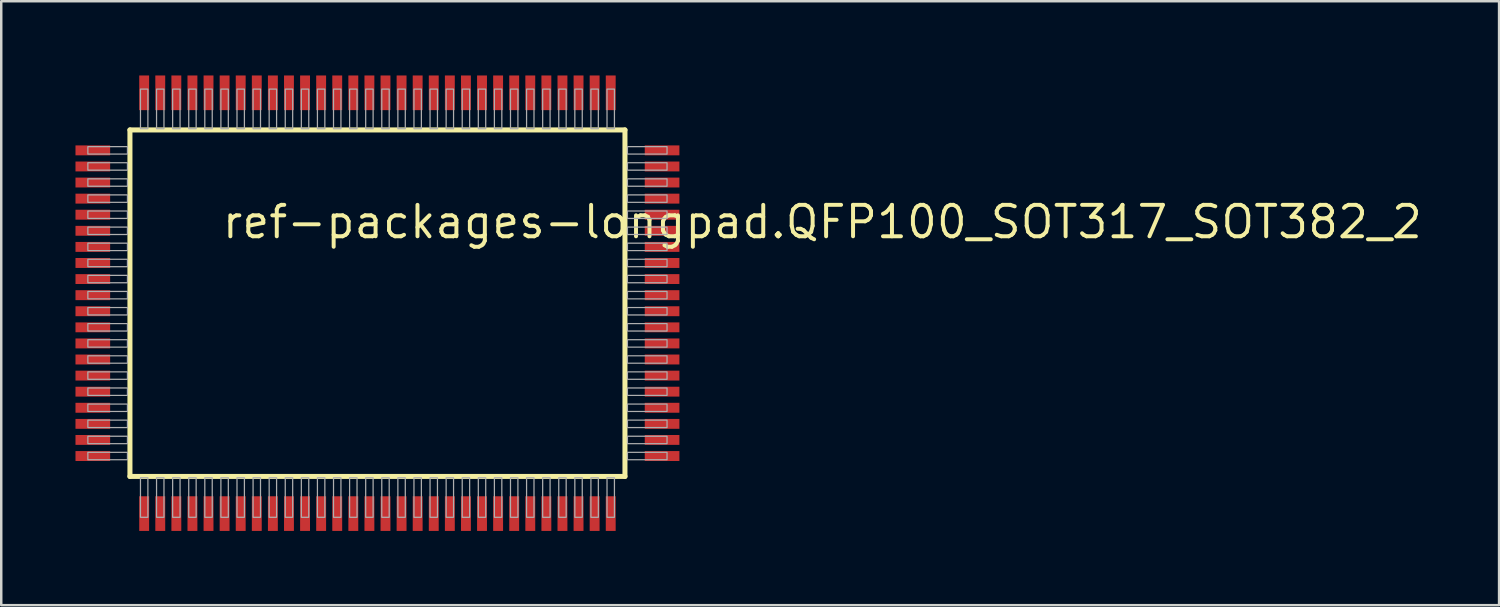
<source format=kicad_pcb>
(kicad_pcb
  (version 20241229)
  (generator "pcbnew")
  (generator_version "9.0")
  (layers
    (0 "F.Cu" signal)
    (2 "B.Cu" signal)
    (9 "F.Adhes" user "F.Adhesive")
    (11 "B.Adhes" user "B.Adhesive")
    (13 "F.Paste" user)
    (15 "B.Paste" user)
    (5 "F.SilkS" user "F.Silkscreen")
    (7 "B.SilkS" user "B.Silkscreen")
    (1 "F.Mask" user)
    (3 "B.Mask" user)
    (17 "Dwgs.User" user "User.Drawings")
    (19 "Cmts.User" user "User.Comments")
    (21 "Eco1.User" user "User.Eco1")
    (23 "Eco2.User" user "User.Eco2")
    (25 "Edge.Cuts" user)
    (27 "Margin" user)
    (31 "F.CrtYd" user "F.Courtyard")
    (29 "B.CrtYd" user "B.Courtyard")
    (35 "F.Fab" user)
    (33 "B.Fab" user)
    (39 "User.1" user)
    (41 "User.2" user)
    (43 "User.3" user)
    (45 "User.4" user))
  (footprint "ref-packages-longpad.QFP100_SOT317_SOT382_2"
    (layer "F.Cu")
    (at 12.2 9.2)
    (property "Reference" "ref-packages-longpad.QFP100_SOT317_SOT382_2" (at -6.35 -2.54 0) (layer "F.SilkS") (effects (font (size 1.27 1.27) (thickness 0.16)) (justify left bottom)))
    (attr smd)
    (fp_line (start -10 -7) (end 10 -7) (stroke (width 0.203) (type default)) (layer "F.SilkS"))
    (fp_line (start -10 7) (end -10 -7) (stroke (width 0.203) (type default)) (layer "F.SilkS"))
    (fp_line (start 10 -7) (end 10 7) (stroke (width 0.203) (type default)) (layer "F.SilkS"))
    (fp_line (start 10 7) (end -10 7) (stroke (width 0.203) (type default)) (layer "F.SilkS"))
    (fp_rect (start -11.7 -6.025) (end -10.1 -6.325) (stroke (width 0.05) (type default)) (fill no) (layer "F.Fab"))
    (fp_rect (start -11.7 -5.375) (end -10.1 -5.675) (stroke (width 0.05) (type default)) (fill no) (layer "F.Fab"))
    (fp_rect (start -11.7 -4.725) (end -10.1 -5.025) (stroke (width 0.05) (type default)) (fill no) (layer "F.Fab"))
    (fp_rect (start -11.7 -4.075) (end -10.1 -4.375) (stroke (width 0.05) (type default)) (fill no) (layer "F.Fab"))
    (fp_rect (start -11.7 -3.425) (end -10.1 -3.725) (stroke (width 0.05) (type default)) (fill no) (layer "F.Fab"))
    (fp_rect (start -11.7 -2.775) (end -10.1 -3.075) (stroke (width 0.05) (type default)) (fill no) (layer "F.Fab"))
    (fp_rect (start -11.7 -2.125) (end -10.1 -2.425) (stroke (width 0.05) (type default)) (fill no) (layer "F.Fab"))
    (fp_rect (start -11.7 -1.475) (end -10.1 -1.775) (stroke (width 0.05) (type default)) (fill no) (layer "F.Fab"))
    (fp_rect (start -11.7 -0.825) (end -10.1 -1.125) (stroke (width 0.05) (type default)) (fill no) (layer "F.Fab"))
    (fp_rect (start -11.7 -0.175) (end -10.1 -0.475) (stroke (width 0.05) (type default)) (fill no) (layer "F.Fab"))
    (fp_rect (start -11.7 0.475) (end -10.1 0.175) (stroke (width 0.05) (type default)) (fill no) (layer "F.Fab"))
    (fp_rect (start -11.7 1.125) (end -10.1 0.825) (stroke (width 0.05) (type default)) (fill no) (layer "F.Fab"))
    (fp_rect (start -11.7 1.775) (end -10.1 1.475) (stroke (width 0.05) (type default)) (fill no) (layer "F.Fab"))
    (fp_rect (start -11.7 2.425) (end -10.1 2.125) (stroke (width 0.05) (type default)) (fill no) (layer "F.Fab"))
    (fp_rect (start -11.7 3.075) (end -10.1 2.775) (stroke (width 0.05) (type default)) (fill no) (layer "F.Fab"))
    (fp_rect (start -11.7 3.725) (end -10.1 3.425) (stroke (width 0.05) (type default)) (fill no) (layer "F.Fab"))
    (fp_rect (start -11.7 4.375) (end -10.1 4.075) (stroke (width 0.05) (type default)) (fill no) (layer "F.Fab"))
    (fp_rect (start -11.7 5.025) (end -10.1 4.725) (stroke (width 0.05) (type default)) (fill no) (layer "F.Fab"))
    (fp_rect (start -11.7 5.675) (end -10.1 5.375) (stroke (width 0.05) (type default)) (fill no) (layer "F.Fab"))
    (fp_rect (start -11.7 6.325) (end -10.1 6.025) (stroke (width 0.05) (type default)) (fill no) (layer "F.Fab"))
    (fp_rect (start -9.575 -7.05) (end -9.275 -8.65) (stroke (width 0.05) (type default)) (fill no) (layer "F.Fab"))
    (fp_rect (start -9.575 8.65) (end -9.275 7.05) (stroke (width 0.05) (type default)) (fill no) (layer "F.Fab"))
    (fp_rect (start -8.925 -7.05) (end -8.625 -8.65) (stroke (width 0.05) (type default)) (fill no) (layer "F.Fab"))
    (fp_rect (start -8.925 8.65) (end -8.625 7.05) (stroke (width 0.05) (type default)) (fill no) (layer "F.Fab"))
    (fp_rect (start -8.275 -7.05) (end -7.975 -8.65) (stroke (width 0.05) (type default)) (fill no) (layer "F.Fab"))
    (fp_rect (start -8.275 8.65) (end -7.975 7.05) (stroke (width 0.05) (type default)) (fill no) (layer "F.Fab"))
    (fp_rect (start -7.625 -7.05) (end -7.325 -8.65) (stroke (width 0.05) (type default)) (fill no) (layer "F.Fab"))
    (fp_rect (start -7.625 8.65) (end -7.325 7.05) (stroke (width 0.05) (type default)) (fill no) (layer "F.Fab"))
    (fp_rect (start -6.975 -7.05) (end -6.675 -8.65) (stroke (width 0.05) (type default)) (fill no) (layer "F.Fab"))
    (fp_rect (start -6.975 8.65) (end -6.675 7.05) (stroke (width 0.05) (type default)) (fill no) (layer "F.Fab"))
    (fp_rect (start -6.325 -7.05) (end -6.025 -8.65) (stroke (width 0.05) (type default)) (fill no) (layer "F.Fab"))
    (fp_rect (start -6.325 8.65) (end -6.025 7.05) (stroke (width 0.05) (type default)) (fill no) (layer "F.Fab"))
    (fp_rect (start -5.675 -7.05) (end -5.375 -8.65) (stroke (width 0.05) (type default)) (fill no) (layer "F.Fab"))
    (fp_rect (start -5.675 8.65) (end -5.375 7.05) (stroke (width 0.05) (type default)) (fill no) (layer "F.Fab"))
    (fp_rect (start -5.025 -7.05) (end -4.725 -8.65) (stroke (width 0.05) (type default)) (fill no) (layer "F.Fab"))
    (fp_rect (start -5.025 8.65) (end -4.725 7.05) (stroke (width 0.05) (type default)) (fill no) (layer "F.Fab"))
    (fp_rect (start -4.375 -7.05) (end -4.075 -8.65) (stroke (width 0.05) (type default)) (fill no) (layer "F.Fab"))
    (fp_rect (start -4.375 8.65) (end -4.075 7.05) (stroke (width 0.05) (type default)) (fill no) (layer "F.Fab"))
    (fp_rect (start -3.725 -7.05) (end -3.425 -8.65) (stroke (width 0.05) (type default)) (fill no) (layer "F.Fab"))
    (fp_rect (start -3.725 8.65) (end -3.425 7.05) (stroke (width 0.05) (type default)) (fill no) (layer "F.Fab"))
    (fp_rect (start -3.075 -7.05) (end -2.775 -8.65) (stroke (width 0.05) (type default)) (fill no) (layer "F.Fab"))
    (fp_rect (start -3.075 8.65) (end -2.775 7.05) (stroke (width 0.05) (type default)) (fill no) (layer "F.Fab"))
    (fp_rect (start -2.425 -7.05) (end -2.125 -8.65) (stroke (width 0.05) (type default)) (fill no) (layer "F.Fab"))
    (fp_rect (start -2.425 8.65) (end -2.125 7.05) (stroke (width 0.05) (type default)) (fill no) (layer "F.Fab"))
    (fp_rect (start -1.775 -7.05) (end -1.475 -8.65) (stroke (width 0.05) (type default)) (fill no) (layer "F.Fab"))
    (fp_rect (start -1.775 8.65) (end -1.475 7.05) (stroke (width 0.05) (type default)) (fill no) (layer "F.Fab"))
    (fp_rect (start -1.125 -7.05) (end -0.825 -8.65) (stroke (width 0.05) (type default)) (fill no) (layer "F.Fab"))
    (fp_rect (start -1.125 8.65) (end -0.825 7.05) (stroke (width 0.05) (type default)) (fill no) (layer "F.Fab"))
    (fp_rect (start -0.475 -7.05) (end -0.175 -8.65) (stroke (width 0.05) (type default)) (fill no) (layer "F.Fab"))
    (fp_rect (start -0.475 8.65) (end -0.175 7.05) (stroke (width 0.05) (type default)) (fill no) (layer "F.Fab"))
    (fp_rect (start 0.175 -7.05) (end 0.475 -8.65) (stroke (width 0.05) (type default)) (fill no) (layer "F.Fab"))
    (fp_rect (start 0.175 8.65) (end 0.475 7.05) (stroke (width 0.05) (type default)) (fill no) (layer "F.Fab"))
    (fp_rect (start 0.825 -7.05) (end 1.125 -8.65) (stroke (width 0.05) (type default)) (fill no) (layer "F.Fab"))
    (fp_rect (start 0.825 8.65) (end 1.125 7.05) (stroke (width 0.05) (type default)) (fill no) (layer "F.Fab"))
    (fp_rect (start 1.475 -7.05) (end 1.775 -8.65) (stroke (width 0.05) (type default)) (fill no) (layer "F.Fab"))
    (fp_rect (start 1.475 8.65) (end 1.775 7.05) (stroke (width 0.05) (type default)) (fill no) (layer "F.Fab"))
    (fp_rect (start 2.125 -7.05) (end 2.425 -8.65) (stroke (width 0.05) (type default)) (fill no) (layer "F.Fab"))
    (fp_rect (start 2.125 8.65) (end 2.425 7.05) (stroke (width 0.05) (type default)) (fill no) (layer "F.Fab"))
    (fp_rect (start 2.775 -7.05) (end 3.075 -8.65) (stroke (width 0.05) (type default)) (fill no) (layer "F.Fab"))
    (fp_rect (start 2.775 8.65) (end 3.075 7.05) (stroke (width 0.05) (type default)) (fill no) (layer "F.Fab"))
    (fp_rect (start 3.425 -7.05) (end 3.725 -8.65) (stroke (width 0.05) (type default)) (fill no) (layer "F.Fab"))
    (fp_rect (start 3.425 8.65) (end 3.725 7.05) (stroke (width 0.05) (type default)) (fill no) (layer "F.Fab"))
    (fp_rect (start 4.075 -7.05) (end 4.375 -8.65) (stroke (width 0.05) (type default)) (fill no) (layer "F.Fab"))
    (fp_rect (start 4.075 8.65) (end 4.375 7.05) (stroke (width 0.05) (type default)) (fill no) (layer "F.Fab"))
    (fp_rect (start 4.725 -7.05) (end 5.025 -8.65) (stroke (width 0.05) (type default)) (fill no) (layer "F.Fab"))
    (fp_rect (start 4.725 8.65) (end 5.025 7.05) (stroke (width 0.05) (type default)) (fill no) (layer "F.Fab"))
    (fp_rect (start 5.375 -7.05) (end 5.675 -8.65) (stroke (width 0.05) (type default)) (fill no) (layer "F.Fab"))
    (fp_rect (start 5.375 8.65) (end 5.675 7.05) (stroke (width 0.05) (type default)) (fill no) (layer "F.Fab"))
    (fp_rect (start 6.025 -7.05) (end 6.325 -8.65) (stroke (width 0.05) (type default)) (fill no) (layer "F.Fab"))
    (fp_rect (start 6.025 8.65) (end 6.325 7.05) (stroke (width 0.05) (type default)) (fill no) (layer "F.Fab"))
    (fp_rect (start 6.675 -7.05) (end 6.975 -8.65) (stroke (width 0.05) (type default)) (fill no) (layer "F.Fab"))
    (fp_rect (start 6.675 8.65) (end 6.975 7.05) (stroke (width 0.05) (type default)) (fill no) (layer "F.Fab"))
    (fp_rect (start 7.325 -7.05) (end 7.625 -8.65) (stroke (width 0.05) (type default)) (fill no) (layer "F.Fab"))
    (fp_rect (start 7.325 8.65) (end 7.625 7.05) (stroke (width 0.05) (type default)) (fill no) (layer "F.Fab"))
    (fp_rect (start 7.975 -7.05) (end 8.275 -8.65) (stroke (width 0.05) (type default)) (fill no) (layer "F.Fab"))
    (fp_rect (start 7.975 8.65) (end 8.275 7.05) (stroke (width 0.05) (type default)) (fill no) (layer "F.Fab"))
    (fp_rect (start 8.625 -7.05) (end 8.925 -8.65) (stroke (width 0.05) (type default)) (fill no) (layer "F.Fab"))
    (fp_rect (start 8.625 8.65) (end 8.925 7.05) (stroke (width 0.05) (type default)) (fill no) (layer "F.Fab"))
    (fp_rect (start 9.275 -7.05) (end 9.575 -8.65) (stroke (width 0.05) (type default)) (fill no) (layer "F.Fab"))
    (fp_rect (start 9.275 8.65) (end 9.575 7.05) (stroke (width 0.05) (type default)) (fill no) (layer "F.Fab"))
    (fp_rect (start 10.1 -6.025) (end 11.7 -6.325) (stroke (width 0.05) (type default)) (fill no) (layer "F.Fab"))
    (fp_rect (start 10.1 -5.375) (end 11.7 -5.675) (stroke (width 0.05) (type default)) (fill no) (layer "F.Fab"))
    (fp_rect (start 10.1 -4.725) (end 11.7 -5.025) (stroke (width 0.05) (type default)) (fill no) (layer "F.Fab"))
    (fp_rect (start 10.1 -4.075) (end 11.7 -4.375) (stroke (width 0.05) (type default)) (fill no) (layer "F.Fab"))
    (fp_rect (start 10.1 -3.425) (end 11.7 -3.725) (stroke (width 0.05) (type default)) (fill no) (layer "F.Fab"))
    (fp_rect (start 10.1 -2.775) (end 11.7 -3.075) (stroke (width 0.05) (type default)) (fill no) (layer "F.Fab"))
    (fp_rect (start 10.1 -2.125) (end 11.7 -2.425) (stroke (width 0.05) (type default)) (fill no) (layer "F.Fab"))
    (fp_rect (start 10.1 -1.475) (end 11.7 -1.775) (stroke (width 0.05) (type default)) (fill no) (layer "F.Fab"))
    (fp_rect (start 10.1 -0.825) (end 11.7 -1.125) (stroke (width 0.05) (type default)) (fill no) (layer "F.Fab"))
    (fp_rect (start 10.1 -0.175) (end 11.7 -0.475) (stroke (width 0.05) (type default)) (fill no) (layer "F.Fab"))
    (fp_rect (start 10.1 0.475) (end 11.7 0.175) (stroke (width 0.05) (type default)) (fill no) (layer "F.Fab"))
    (fp_rect (start 10.1 1.125) (end 11.7 0.825) (stroke (width 0.05) (type default)) (fill no) (layer "F.Fab"))
    (fp_rect (start 10.1 1.775) (end 11.7 1.475) (stroke (width 0.05) (type default)) (fill no) (layer "F.Fab"))
    (fp_rect (start 10.1 2.425) (end 11.7 2.125) (stroke (width 0.05) (type default)) (fill no) (layer "F.Fab"))
    (fp_rect (start 10.1 3.075) (end 11.7 2.775) (stroke (width 0.05) (type default)) (fill no) (layer "F.Fab"))
    (fp_rect (start 10.1 3.725) (end 11.7 3.425) (stroke (width 0.05) (type default)) (fill no) (layer "F.Fab"))
    (fp_rect (start 10.1 4.375) (end 11.7 4.075) (stroke (width 0.05) (type default)) (fill no) (layer "F.Fab"))
    (fp_rect (start 10.1 5.025) (end 11.7 4.725) (stroke (width 0.05) (type default)) (fill no) (layer "F.Fab"))
    (fp_rect (start 10.1 5.675) (end 11.7 5.375) (stroke (width 0.05) (type default)) (fill no) (layer "F.Fab"))
    (fp_rect (start 10.1 6.325) (end 11.7 6.025) (stroke (width 0.05) (type default)) (fill no) (layer "F.Fab"))
    (pad "1" smd roundrect (at -9.425 8.5) (size 0.4 1.4) (layers "F.Cu" "F.Mask" "F.Paste") (roundrect_rratio 0.01))
    (pad "2" smd roundrect (at -8.775 8.5) (size 0.4 1.4) (layers "F.Cu" "F.Mask" "F.Paste") (roundrect_rratio 0.01))
    (pad "3" smd roundrect (at -8.125 8.5) (size 0.4 1.4) (layers "F.Cu" "F.Mask" "F.Paste") (roundrect_rratio 0.01))
    (pad "4" smd roundrect (at -7.475 8.5) (size 0.4 1.4) (layers "F.Cu" "F.Mask" "F.Paste") (roundrect_rratio 0.01))
    (pad "5" smd roundrect (at -6.825 8.5) (size 0.4 1.4) (layers "F.Cu" "F.Mask" "F.Paste") (roundrect_rratio 0.01))
    (pad "6" smd roundrect (at -6.175 8.5) (size 0.4 1.4) (layers "F.Cu" "F.Mask" "F.Paste") (roundrect_rratio 0.01))
    (pad "7" smd roundrect (at -5.525 8.5) (size 0.4 1.4) (layers "F.Cu" "F.Mask" "F.Paste") (roundrect_rratio 0.01))
    (pad "8" smd roundrect (at -4.875 8.5) (size 0.4 1.4) (layers "F.Cu" "F.Mask" "F.Paste") (roundrect_rratio 0.01))
    (pad "9" smd roundrect (at -4.225 8.5) (size 0.4 1.4) (layers "F.Cu" "F.Mask" "F.Paste") (roundrect_rratio 0.01))
    (pad "10" smd roundrect (at -3.575 8.5) (size 0.4 1.4) (layers "F.Cu" "F.Mask" "F.Paste") (roundrect_rratio 0.01))
    (pad "11" smd roundrect (at -2.925 8.5) (size 0.4 1.4) (layers "F.Cu" "F.Mask" "F.Paste") (roundrect_rratio 0.01))
    (pad "12" smd roundrect (at -2.275 8.5) (size 0.4 1.4) (layers "F.Cu" "F.Mask" "F.Paste") (roundrect_rratio 0.01))
    (pad "13" smd roundrect (at -1.625 8.5) (size 0.4 1.4) (layers "F.Cu" "F.Mask" "F.Paste") (roundrect_rratio 0.01))
    (pad "14" smd roundrect (at -0.975 8.5) (size 0.4 1.4) (layers "F.Cu" "F.Mask" "F.Paste") (roundrect_rratio 0.01))
    (pad "15" smd roundrect (at -0.325 8.5) (size 0.4 1.4) (layers "F.Cu" "F.Mask" "F.Paste") (roundrect_rratio 0.01))
    (pad "16" smd roundrect (at 0.325 8.5) (size 0.4 1.4) (layers "F.Cu" "F.Mask" "F.Paste") (roundrect_rratio 0.01))
    (pad "17" smd roundrect (at 0.975 8.5) (size 0.4 1.4) (layers "F.Cu" "F.Mask" "F.Paste") (roundrect_rratio 0.01))
    (pad "18" smd roundrect (at 1.625 8.5) (size 0.4 1.4) (layers "F.Cu" "F.Mask" "F.Paste") (roundrect_rratio 0.01))
    (pad "19" smd roundrect (at 2.275 8.5) (size 0.4 1.4) (layers "F.Cu" "F.Mask" "F.Paste") (roundrect_rratio 0.01))
    (pad "20" smd roundrect (at 2.925 8.5) (size 0.4 1.4) (layers "F.Cu" "F.Mask" "F.Paste") (roundrect_rratio 0.01))
    (pad "21" smd roundrect (at 3.575 8.5) (size 0.4 1.4) (layers "F.Cu" "F.Mask" "F.Paste") (roundrect_rratio 0.01))
    (pad "22" smd roundrect (at 4.225 8.5) (size 0.4 1.4) (layers "F.Cu" "F.Mask" "F.Paste") (roundrect_rratio 0.01))
    (pad "23" smd roundrect (at 4.875 8.5) (size 0.4 1.4) (layers "F.Cu" "F.Mask" "F.Paste") (roundrect_rratio 0.01))
    (pad "24" smd roundrect (at 5.525 8.5) (size 0.4 1.4) (layers "F.Cu" "F.Mask" "F.Paste") (roundrect_rratio 0.01))
    (pad "25" smd roundrect (at 6.175 8.5) (size 0.4 1.4) (layers "F.Cu" "F.Mask" "F.Paste") (roundrect_rratio 0.01))
    (pad "26" smd roundrect (at 6.825 8.5) (size 0.4 1.4) (layers "F.Cu" "F.Mask" "F.Paste") (roundrect_rratio 0.01))
    (pad "27" smd roundrect (at 7.475 8.5) (size 0.4 1.4) (layers "F.Cu" "F.Mask" "F.Paste") (roundrect_rratio 0.01))
    (pad "28" smd roundrect (at 8.125 8.5) (size 0.4 1.4) (layers "F.Cu" "F.Mask" "F.Paste") (roundrect_rratio 0.01))
    (pad "29" smd roundrect (at 8.775 8.5) (size 0.4 1.4) (layers "F.Cu" "F.Mask" "F.Paste") (roundrect_rratio 0.01))
    (pad "30" smd roundrect (at 9.425 8.5) (size 0.4 1.4) (layers "F.Cu" "F.Mask" "F.Paste") (roundrect_rratio 0.01))
    (pad "31" smd roundrect (at 11.5 6.175) (size 1.4 0.4) (layers "F.Cu" "F.Mask" "F.Paste") (roundrect_rratio 0.01))
    (pad "32" smd roundrect (at 11.5 5.525) (size 1.4 0.4) (layers "F.Cu" "F.Mask" "F.Paste") (roundrect_rratio 0.01))
    (pad "33" smd roundrect (at 11.5 4.875) (size 1.4 0.4) (layers "F.Cu" "F.Mask" "F.Paste") (roundrect_rratio 0.01))
    (pad "34" smd roundrect (at 11.5 4.225) (size 1.4 0.4) (layers "F.Cu" "F.Mask" "F.Paste") (roundrect_rratio 0.01))
    (pad "35" smd roundrect (at 11.5 3.575) (size 1.4 0.4) (layers "F.Cu" "F.Mask" "F.Paste") (roundrect_rratio 0.01))
    (pad "36" smd roundrect (at 11.5 2.925) (size 1.4 0.4) (layers "F.Cu" "F.Mask" "F.Paste") (roundrect_rratio 0.01))
    (pad "37" smd roundrect (at 11.5 2.275) (size 1.4 0.4) (layers "F.Cu" "F.Mask" "F.Paste") (roundrect_rratio 0.01))
    (pad "38" smd roundrect (at 11.5 1.625) (size 1.4 0.4) (layers "F.Cu" "F.Mask" "F.Paste") (roundrect_rratio 0.01))
    (pad "39" smd roundrect (at 11.5 0.975) (size 1.4 0.4) (layers "F.Cu" "F.Mask" "F.Paste") (roundrect_rratio 0.01))
    (pad "40" smd roundrect (at 11.5 0.325) (size 1.4 0.4) (layers "F.Cu" "F.Mask" "F.Paste") (roundrect_rratio 0.01))
    (pad "41" smd roundrect (at 11.5 -0.325) (size 1.4 0.4) (layers "F.Cu" "F.Mask" "F.Paste") (roundrect_rratio 0.01))
    (pad "42" smd roundrect (at 11.5 -0.975) (size 1.4 0.4) (layers "F.Cu" "F.Mask" "F.Paste") (roundrect_rratio 0.01))
    (pad "43" smd roundrect (at 11.5 -1.625) (size 1.4 0.4) (layers "F.Cu" "F.Mask" "F.Paste") (roundrect_rratio 0.01))
    (pad "44" smd roundrect (at 11.5 -2.275) (size 1.4 0.4) (layers "F.Cu" "F.Mask" "F.Paste") (roundrect_rratio 0.01))
    (pad "45" smd roundrect (at 11.5 -2.925) (size 1.4 0.4) (layers "F.Cu" "F.Mask" "F.Paste") (roundrect_rratio 0.01))
    (pad "46" smd roundrect (at 11.5 -3.575) (size 1.4 0.4) (layers "F.Cu" "F.Mask" "F.Paste") (roundrect_rratio 0.01))
    (pad "47" smd roundrect (at 11.5 -4.225) (size 1.4 0.4) (layers "F.Cu" "F.Mask" "F.Paste") (roundrect_rratio 0.01))
    (pad "48" smd roundrect (at 11.5 -4.875) (size 1.4 0.4) (layers "F.Cu" "F.Mask" "F.Paste") (roundrect_rratio 0.01))
    (pad "49" smd roundrect (at 11.5 -5.525) (size 1.4 0.4) (layers "F.Cu" "F.Mask" "F.Paste") (roundrect_rratio 0.01))
    (pad "50" smd roundrect (at 11.5 -6.175) (size 1.4 0.4) (layers "F.Cu" "F.Mask" "F.Paste") (roundrect_rratio 0.01))
    (pad "51" smd roundrect (at 9.425 -8.5) (size 0.4 1.4) (layers "F.Cu" "F.Mask" "F.Paste") (roundrect_rratio 0.01))
    (pad "52" smd roundrect (at 8.775 -8.5) (size 0.4 1.4) (layers "F.Cu" "F.Mask" "F.Paste") (roundrect_rratio 0.01))
    (pad "53" smd roundrect (at 8.125 -8.5) (size 0.4 1.4) (layers "F.Cu" "F.Mask" "F.Paste") (roundrect_rratio 0.01))
    (pad "54" smd roundrect (at 7.475 -8.5) (size 0.4 1.4) (layers "F.Cu" "F.Mask" "F.Paste") (roundrect_rratio 0.01))
    (pad "55" smd roundrect (at 6.825 -8.5) (size 0.4 1.4) (layers "F.Cu" "F.Mask" "F.Paste") (roundrect_rratio 0.01))
    (pad "56" smd roundrect (at 6.175 -8.5) (size 0.4 1.4) (layers "F.Cu" "F.Mask" "F.Paste") (roundrect_rratio 0.01))
    (pad "57" smd roundrect (at 5.525 -8.5) (size 0.4 1.4) (layers "F.Cu" "F.Mask" "F.Paste") (roundrect_rratio 0.01))
    (pad "58" smd roundrect (at 4.875 -8.5) (size 0.4 1.4) (layers "F.Cu" "F.Mask" "F.Paste") (roundrect_rratio 0.01))
    (pad "59" smd roundrect (at 4.225 -8.5) (size 0.4 1.4) (layers "F.Cu" "F.Mask" "F.Paste") (roundrect_rratio 0.01))
    (pad "60" smd roundrect (at 3.575 -8.5) (size 0.4 1.4) (layers "F.Cu" "F.Mask" "F.Paste") (roundrect_rratio 0.01))
    (pad "61" smd roundrect (at 2.925 -8.5) (size 0.4 1.4) (layers "F.Cu" "F.Mask" "F.Paste") (roundrect_rratio 0.01))
    (pad "62" smd roundrect (at 2.275 -8.5) (size 0.4 1.4) (layers "F.Cu" "F.Mask" "F.Paste") (roundrect_rratio 0.01))
    (pad "63" smd roundrect (at 1.625 -8.5) (size 0.4 1.4) (layers "F.Cu" "F.Mask" "F.Paste") (roundrect_rratio 0.01))
    (pad "64" smd roundrect (at 0.975 -8.5) (size 0.4 1.4) (layers "F.Cu" "F.Mask" "F.Paste") (roundrect_rratio 0.01))
    (pad "65" smd roundrect (at 0.325 -8.5) (size 0.4 1.4) (layers "F.Cu" "F.Mask" "F.Paste") (roundrect_rratio 0.01))
    (pad "66" smd roundrect (at -0.325 -8.5) (size 0.4 1.4) (layers "F.Cu" "F.Mask" "F.Paste") (roundrect_rratio 0.01))
    (pad "67" smd roundrect (at -0.975 -8.5) (size 0.4 1.4) (layers "F.Cu" "F.Mask" "F.Paste") (roundrect_rratio 0.01))
    (pad "68" smd roundrect (at -1.625 -8.5) (size 0.4 1.4) (layers "F.Cu" "F.Mask" "F.Paste") (roundrect_rratio 0.01))
    (pad "69" smd roundrect (at -2.275 -8.5) (size 0.4 1.4) (layers "F.Cu" "F.Mask" "F.Paste") (roundrect_rratio 0.01))
    (pad "70" smd roundrect (at -2.925 -8.5) (size 0.4 1.4) (layers "F.Cu" "F.Mask" "F.Paste") (roundrect_rratio 0.01))
    (pad "71" smd roundrect (at -3.575 -8.5) (size 0.4 1.4) (layers "F.Cu" "F.Mask" "F.Paste") (roundrect_rratio 0.01))
    (pad "72" smd roundrect (at -4.225 -8.5) (size 0.4 1.4) (layers "F.Cu" "F.Mask" "F.Paste") (roundrect_rratio 0.01))
    (pad "73" smd roundrect (at -4.875 -8.5) (size 0.4 1.4) (layers "F.Cu" "F.Mask" "F.Paste") (roundrect_rratio 0.01))
    (pad "74" smd roundrect (at -5.525 -8.5) (size 0.4 1.4) (layers "F.Cu" "F.Mask" "F.Paste") (roundrect_rratio 0.01))
    (pad "75" smd roundrect (at -6.175 -8.5) (size 0.4 1.4) (layers "F.Cu" "F.Mask" "F.Paste") (roundrect_rratio 0.01))
    (pad "76" smd roundrect (at -6.825 -8.5) (size 0.4 1.4) (layers "F.Cu" "F.Mask" "F.Paste") (roundrect_rratio 0.01))
    (pad "77" smd roundrect (at -7.475 -8.5) (size 0.4 1.4) (layers "F.Cu" "F.Mask" "F.Paste") (roundrect_rratio 0.01))
    (pad "78" smd roundrect (at -8.125 -8.5) (size 0.4 1.4) (layers "F.Cu" "F.Mask" "F.Paste") (roundrect_rratio 0.01))
    (pad "79" smd roundrect (at -8.775 -8.5) (size 0.4 1.4) (layers "F.Cu" "F.Mask" "F.Paste") (roundrect_rratio 0.01))
    (pad "80" smd roundrect (at -9.425 -8.5) (size 0.4 1.4) (layers "F.Cu" "F.Mask" "F.Paste") (roundrect_rratio 0.01))
    (pad "81" smd roundrect (at -11.5 -6.175) (size 1.4 0.4) (layers "F.Cu" "F.Mask" "F.Paste") (roundrect_rratio 0.01))
    (pad "82" smd roundrect (at -11.5 -5.525) (size 1.4 0.4) (layers "F.Cu" "F.Mask" "F.Paste") (roundrect_rratio 0.01))
    (pad "83" smd roundrect (at -11.5 -4.875) (size 1.4 0.4) (layers "F.Cu" "F.Mask" "F.Paste") (roundrect_rratio 0.01))
    (pad "84" smd roundrect (at -11.5 -4.225) (size 1.4 0.4) (layers "F.Cu" "F.Mask" "F.Paste") (roundrect_rratio 0.01))
    (pad "85" smd roundrect (at -11.5 -3.575) (size 1.4 0.4) (layers "F.Cu" "F.Mask" "F.Paste") (roundrect_rratio 0.01))
    (pad "86" smd roundrect (at -11.5 -2.925) (size 1.4 0.4) (layers "F.Cu" "F.Mask" "F.Paste") (roundrect_rratio 0.01))
    (pad "87" smd roundrect (at -11.5 -2.275) (size 1.4 0.4) (layers "F.Cu" "F.Mask" "F.Paste") (roundrect_rratio 0.01))
    (pad "88" smd roundrect (at -11.5 -1.625) (size 1.4 0.4) (layers "F.Cu" "F.Mask" "F.Paste") (roundrect_rratio 0.01))
    (pad "89" smd roundrect (at -11.5 -0.975) (size 1.4 0.4) (layers "F.Cu" "F.Mask" "F.Paste") (roundrect_rratio 0.01))
    (pad "90" smd roundrect (at -11.5 -0.325) (size 1.4 0.4) (layers "F.Cu" "F.Mask" "F.Paste") (roundrect_rratio 0.01))
    (pad "91" smd roundrect (at -11.5 0.325) (size 1.4 0.4) (layers "F.Cu" "F.Mask" "F.Paste") (roundrect_rratio 0.01))
    (pad "92" smd roundrect (at -11.5 0.975) (size 1.4 0.4) (layers "F.Cu" "F.Mask" "F.Paste") (roundrect_rratio 0.01))
    (pad "93" smd roundrect (at -11.5 1.625) (size 1.4 0.4) (layers "F.Cu" "F.Mask" "F.Paste") (roundrect_rratio 0.01))
    (pad "94" smd roundrect (at -11.5 2.275) (size 1.4 0.4) (layers "F.Cu" "F.Mask" "F.Paste") (roundrect_rratio 0.01))
    (pad "95" smd roundrect (at -11.5 2.925) (size 1.4 0.4) (layers "F.Cu" "F.Mask" "F.Paste") (roundrect_rratio 0.01))
    (pad "96" smd roundrect (at -11.5 3.575) (size 1.4 0.4) (layers "F.Cu" "F.Mask" "F.Paste") (roundrect_rratio 0.01))
    (pad "97" smd roundrect (at -11.5 4.225) (size 1.4 0.4) (layers "F.Cu" "F.Mask" "F.Paste") (roundrect_rratio 0.01))
    (pad "98" smd roundrect (at -11.5 4.875) (size 1.4 0.4) (layers "F.Cu" "F.Mask" "F.Paste") (roundrect_rratio 0.01))
    (pad "99" smd roundrect (at -11.5 5.525) (size 1.4 0.4) (layers "F.Cu" "F.Mask" "F.Paste") (roundrect_rratio 0.01))
    (pad "100" smd roundrect (at -11.5 6.175) (size 1.4 0.4) (layers "F.Cu" "F.Mask" "F.Paste") (roundrect_rratio 0.01)))
  (gr_rect
    (start -3 -3)
    (end 57.517 21.4)
    (stroke (width 0.1) (type default))
    (fill no)
    (layer "Edge.Cuts")))
</source>
